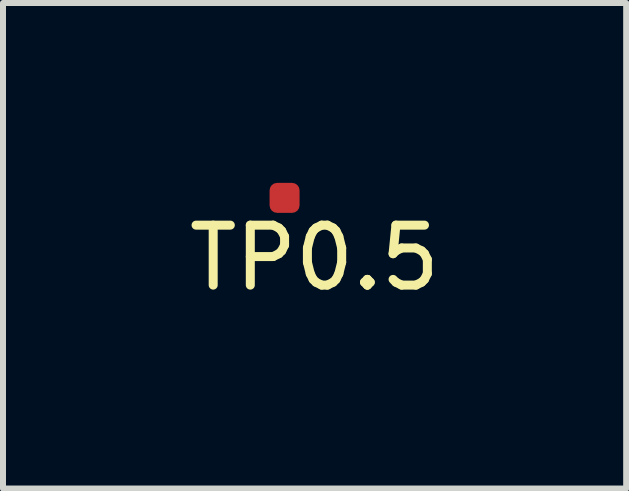
<source format=kicad_pcb>
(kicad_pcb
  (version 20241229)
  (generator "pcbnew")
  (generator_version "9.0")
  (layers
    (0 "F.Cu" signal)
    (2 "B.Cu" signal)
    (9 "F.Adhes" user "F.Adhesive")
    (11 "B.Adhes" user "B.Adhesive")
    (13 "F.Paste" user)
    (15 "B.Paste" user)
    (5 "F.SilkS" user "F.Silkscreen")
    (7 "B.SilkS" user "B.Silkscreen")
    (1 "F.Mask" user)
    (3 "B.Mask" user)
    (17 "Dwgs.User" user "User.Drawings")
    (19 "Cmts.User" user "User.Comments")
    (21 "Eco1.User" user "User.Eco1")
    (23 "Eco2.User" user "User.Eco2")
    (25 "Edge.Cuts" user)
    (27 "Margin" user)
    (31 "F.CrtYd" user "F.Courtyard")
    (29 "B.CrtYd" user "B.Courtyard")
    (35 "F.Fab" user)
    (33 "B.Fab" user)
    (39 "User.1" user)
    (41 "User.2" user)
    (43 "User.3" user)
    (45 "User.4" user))
  (footprint "TP0.5"
    (layer "F.Cu")
    (at 1.696 0.25)
    (property "Reference" "TP0.5" (at 0.5 1 0) (layer "F.SilkS") (effects (font (size 1 1) (thickness 0.15))))
    (attr through_hole)
    (pad "1" smd roundrect (at 0 0) (size 0.5 0.5) (layers "F.Cu" "F.Mask") (roundrect_rratio 0.25)))
  (gr_rect
    (start -3 -3)
    (end 7.393 5.098)
    (stroke (width 0.1) (type default))
    (fill no)
    (layer "Edge.Cuts")))
</source>
